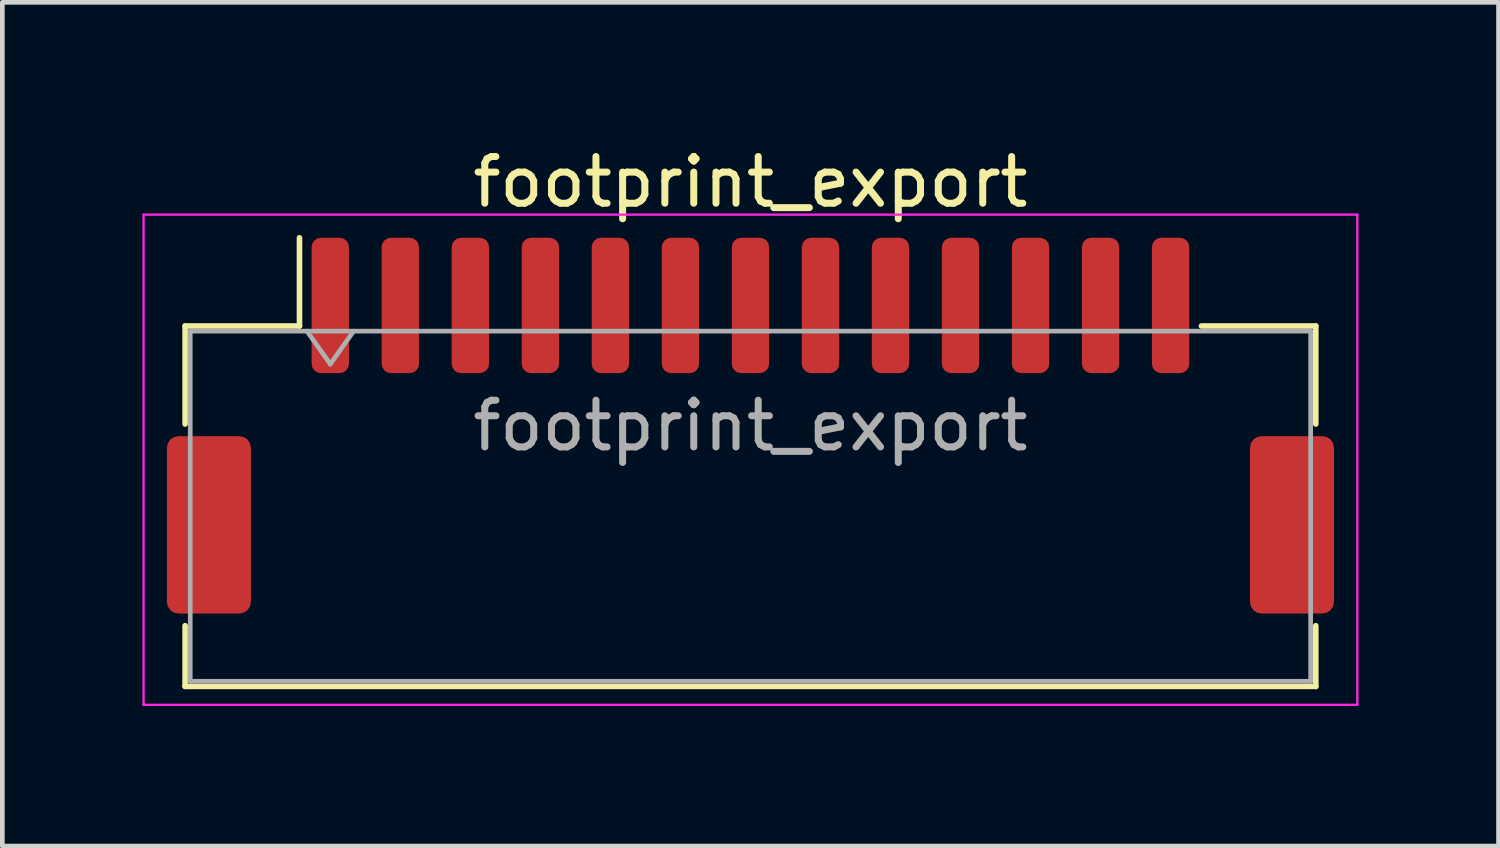
<source format=kicad_pcb>
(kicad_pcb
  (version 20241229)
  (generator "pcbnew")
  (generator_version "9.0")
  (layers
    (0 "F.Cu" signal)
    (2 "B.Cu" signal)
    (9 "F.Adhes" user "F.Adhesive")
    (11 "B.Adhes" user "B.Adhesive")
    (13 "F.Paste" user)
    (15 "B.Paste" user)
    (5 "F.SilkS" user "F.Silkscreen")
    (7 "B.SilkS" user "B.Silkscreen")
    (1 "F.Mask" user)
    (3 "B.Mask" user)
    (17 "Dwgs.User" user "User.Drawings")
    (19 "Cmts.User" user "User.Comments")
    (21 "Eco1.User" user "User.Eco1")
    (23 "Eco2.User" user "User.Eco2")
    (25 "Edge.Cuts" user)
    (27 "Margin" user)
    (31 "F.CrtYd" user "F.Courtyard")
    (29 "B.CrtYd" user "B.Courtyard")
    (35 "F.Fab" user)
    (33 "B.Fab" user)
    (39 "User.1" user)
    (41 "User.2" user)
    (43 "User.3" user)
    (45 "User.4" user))
  (footprint "footprint_export"
    (layer "F.Cu")
    (at 13.025 6.068)
    (property "Reference" "footprint_export" (at 0 -5.22 0) (layer "F.SilkS") (effects (font (size 1 1) (thickness 0.15))))
    (attr smd)
    (fp_line (start -12.11 -2.135) (end -9.66 -2.135) (stroke (width 0.12) (type solid)) (layer "F.SilkS"))
    (fp_line (start -12.11 -0.035) (end -12.11 -2.135) (stroke (width 0.12) (type solid)) (layer "F.SilkS"))
    (fp_line (start -12.11 4.285) (end -12.11 5.585) (stroke (width 0.12) (type solid)) (layer "F.SilkS"))
    (fp_line (start -12.11 5.585) (end 12.11 5.585) (stroke (width 0.12) (type solid)) (layer "F.SilkS"))
    (fp_line (start -9.66 -2.135) (end -9.66 -4.025) (stroke (width 0.12) (type solid)) (layer "F.SilkS"))
    (fp_line (start 12.11 -2.135) (end 9.66 -2.135) (stroke (width 0.12) (type solid)) (layer "F.SilkS"))
    (fp_line (start 12.11 -0.035) (end 12.11 -2.135) (stroke (width 0.12) (type solid)) (layer "F.SilkS"))
    (fp_line (start 12.11 5.585) (end 12.11 4.285) (stroke (width 0.12) (type solid)) (layer "F.SilkS"))
    (fp_line (start -13 -4.52) (end -13 5.98) (stroke (width 0.05) (type solid)) (layer "F.CrtYd"))
    (fp_line (start -13 5.98) (end 13 5.98) (stroke (width 0.05) (type solid)) (layer "F.CrtYd"))
    (fp_line (start 13 -4.52) (end -13 -4.52) (stroke (width 0.05) (type solid)) (layer "F.CrtYd"))
    (fp_line (start 13 5.98) (end 13 -4.52) (stroke (width 0.05) (type solid)) (layer "F.CrtYd"))
    (fp_line (start -12 -2.025) (end -12 5.475) (stroke (width 0.1) (type solid)) (layer "F.Fab"))
    (fp_line (start -12 -2.025) (end 12 -2.025) (stroke (width 0.1) (type solid)) (layer "F.Fab"))
    (fp_line (start -12 5.475) (end 12 5.475) (stroke (width 0.1) (type solid)) (layer "F.Fab"))
    (fp_line (start -9.5 -2.025) (end -9 -1.318) (stroke (width 0.1) (type solid)) (layer "F.Fab"))
    (fp_line (start -9 -1.318) (end -8.5 -2.025) (stroke (width 0.1) (type solid)) (layer "F.Fab"))
    (fp_line (start 12 -2.025) (end 12 5.475) (stroke (width 0.1) (type solid)) (layer "F.Fab"))
    (fp_text user "${REFERENCE}" (at 0 0 0) (layer "F.Fab") (effects (font (size 1 1) (thickness 0.15))))
    (pad "1" smd roundrect (at -9 -2.575) (size 0.8 2.9) (layers "F.Cu" "F.Mask" "F.Paste") (roundrect_rratio 0.25))
    (pad "2" smd roundrect (at -7.5 -2.575) (size 0.8 2.9) (layers "F.Cu" "F.Mask" "F.Paste") (roundrect_rratio 0.25))
    (pad "3" smd roundrect (at -6 -2.575) (size 0.8 2.9) (layers "F.Cu" "F.Mask" "F.Paste") (roundrect_rratio 0.25))
    (pad "4" smd roundrect (at -4.5 -2.575) (size 0.8 2.9) (layers "F.Cu" "F.Mask" "F.Paste") (roundrect_rratio 0.25))
    (pad "5" smd roundrect (at -3 -2.575) (size 0.8 2.9) (layers "F.Cu" "F.Mask" "F.Paste") (roundrect_rratio 0.25))
    (pad "6" smd roundrect (at -1.5 -2.575) (size 0.8 2.9) (layers "F.Cu" "F.Mask" "F.Paste") (roundrect_rratio 0.25))
    (pad "7" smd roundrect (at 0 -2.575) (size 0.8 2.9) (layers "F.Cu" "F.Mask" "F.Paste") (roundrect_rratio 0.25))
    (pad "8" smd roundrect (at 1.5 -2.575) (size 0.8 2.9) (layers "F.Cu" "F.Mask" "F.Paste") (roundrect_rratio 0.25))
    (pad "9" smd roundrect (at 3 -2.575) (size 0.8 2.9) (layers "F.Cu" "F.Mask" "F.Paste") (roundrect_rratio 0.25))
    (pad "10" smd roundrect (at 4.5 -2.575) (size 0.8 2.9) (layers "F.Cu" "F.Mask" "F.Paste") (roundrect_rratio 0.25))
    (pad "11" smd roundrect (at 6 -2.575) (size 0.8 2.9) (layers "F.Cu" "F.Mask" "F.Paste") (roundrect_rratio 0.25))
    (pad "12" smd roundrect (at 7.5 -2.575) (size 0.8 2.9) (layers "F.Cu" "F.Mask" "F.Paste") (roundrect_rratio 0.25))
    (pad "13" smd roundrect (at 9 -2.575) (size 0.8 2.9) (layers "F.Cu" "F.Mask" "F.Paste") (roundrect_rratio 0.25))
    (pad "MP" smd roundrect (at -11.6 2.125) (size 1.8 3.8) (layers "F.Cu" "F.Mask" "F.Paste") (roundrect_rratio 0.139))
    (pad "MP" smd roundrect (at 11.6 2.125) (size 1.8 3.8) (layers "F.Cu" "F.Mask" "F.Paste") (roundrect_rratio 0.139)))
  (gr_rect
    (start -3 -3)
    (end 29.05 15.073)
    (stroke (width 0.1) (type default))
    (fill no)
    (layer "Edge.Cuts")))
</source>
